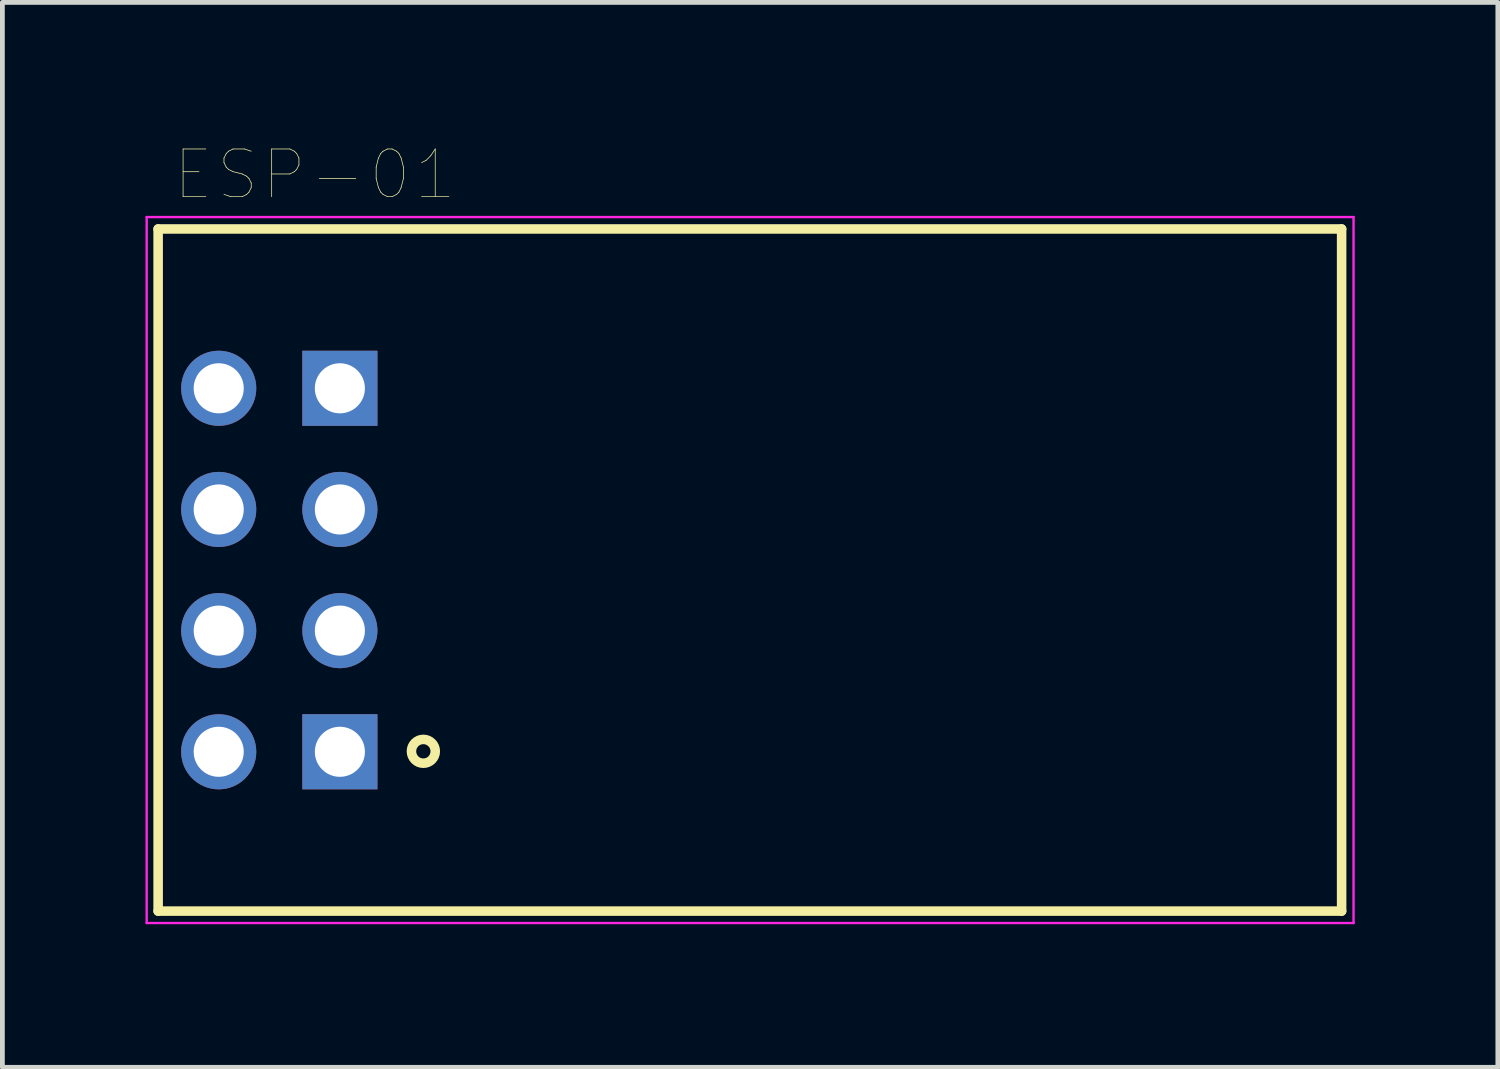
<source format=kicad_pcb>
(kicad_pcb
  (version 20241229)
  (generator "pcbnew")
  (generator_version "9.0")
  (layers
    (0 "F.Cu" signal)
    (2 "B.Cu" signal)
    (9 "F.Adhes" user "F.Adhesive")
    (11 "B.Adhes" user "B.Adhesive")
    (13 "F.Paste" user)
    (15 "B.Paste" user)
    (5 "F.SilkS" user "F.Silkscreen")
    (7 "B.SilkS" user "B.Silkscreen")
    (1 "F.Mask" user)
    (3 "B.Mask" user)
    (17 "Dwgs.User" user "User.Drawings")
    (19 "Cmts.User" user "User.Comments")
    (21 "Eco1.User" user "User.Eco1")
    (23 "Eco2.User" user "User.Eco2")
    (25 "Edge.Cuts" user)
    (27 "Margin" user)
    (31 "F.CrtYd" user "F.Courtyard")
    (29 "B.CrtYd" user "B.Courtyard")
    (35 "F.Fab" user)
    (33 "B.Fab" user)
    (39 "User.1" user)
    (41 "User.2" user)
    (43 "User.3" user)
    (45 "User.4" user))
  (footprint "ESP-01"
    (layer "F.Cu")
    (at 4.075 8.9)
    (property "Reference" "ESP-01" (at -0.525 -8.289 0) (layer "F.SilkS") (effects (font (size 1 1) (thickness 0.015))))
    (attr through_hole)
    (fp_line (start -3.81 -7.15) (end 21 -7.15) (stroke (width 0.2) (type solid)) (layer "F.SilkS"))
    (fp_line (start -3.81 7.15) (end -3.81 -7.15) (stroke (width 0.2) (type solid)) (layer "F.SilkS"))
    (fp_line (start 21 -7.15) (end 21 7.15) (stroke (width 0.2) (type solid)) (layer "F.SilkS"))
    (fp_line (start 21 7.15) (end -3.81 7.15) (stroke (width 0.2) (type solid)) (layer "F.SilkS"))
    (fp_circle (center 1.75 3.8) (end 2 3.8) (stroke (width 0.2) (type solid)) (fill no) (layer "F.SilkS"))
    (fp_line (start -4.05 -7.4) (end 21.25 -7.4) (stroke (width 0.05) (type solid)) (layer "F.CrtYd"))
    (fp_line (start -4.05 7.4) (end -4.05 -7.4) (stroke (width 0.05) (type solid)) (layer "F.CrtYd"))
    (fp_line (start 21.25 -7.4) (end 21.25 7.4) (stroke (width 0.05) (type solid)) (layer "F.CrtYd"))
    (fp_line (start 21.25 7.4) (end -4.05 7.4) (stroke (width 0.05) (type solid)) (layer "F.CrtYd"))
    (pad "1" thru_hole rect (at 0 3.81) (size 1.575 1.575) (drill 1.05) (layers "*.Cu" "*.Mask"))
    (pad "2" thru_hole circle (at 0 1.27) (size 1.575 1.575) (drill 1.05) (layers "*.Cu" "*.Mask"))
    (pad "3" thru_hole circle (at 0 -1.27) (size 1.575 1.575) (drill 1.05) (layers "*.Cu" "*.Mask"))
    (pad "4" thru_hole rect (at 0 -3.81) (size 1.575 1.575) (drill 1.05) (layers "*.Cu" "*.Mask"))
    (pad "5" thru_hole circle (at -2.54 -3.81) (size 1.575 1.575) (drill 1.05) (layers "*.Cu" "*.Mask"))
    (pad "6" thru_hole circle (at -2.54 -1.27) (size 1.575 1.575) (drill 1.05) (layers "*.Cu" "*.Mask"))
    (pad "7" thru_hole circle (at -2.54 1.27) (size 1.575 1.575) (drill 1.05) (layers "*.Cu" "*.Mask"))
    (pad "8" thru_hole circle (at -2.54 3.81) (size 1.575 1.575) (drill 1.05) (layers "*.Cu" "*.Mask")))
  (gr_rect
    (start -3 -3)
    (end 28.35 19.325)
    (stroke (width 0.1) (type default))
    (fill no)
    (layer "Edge.Cuts")))
</source>
